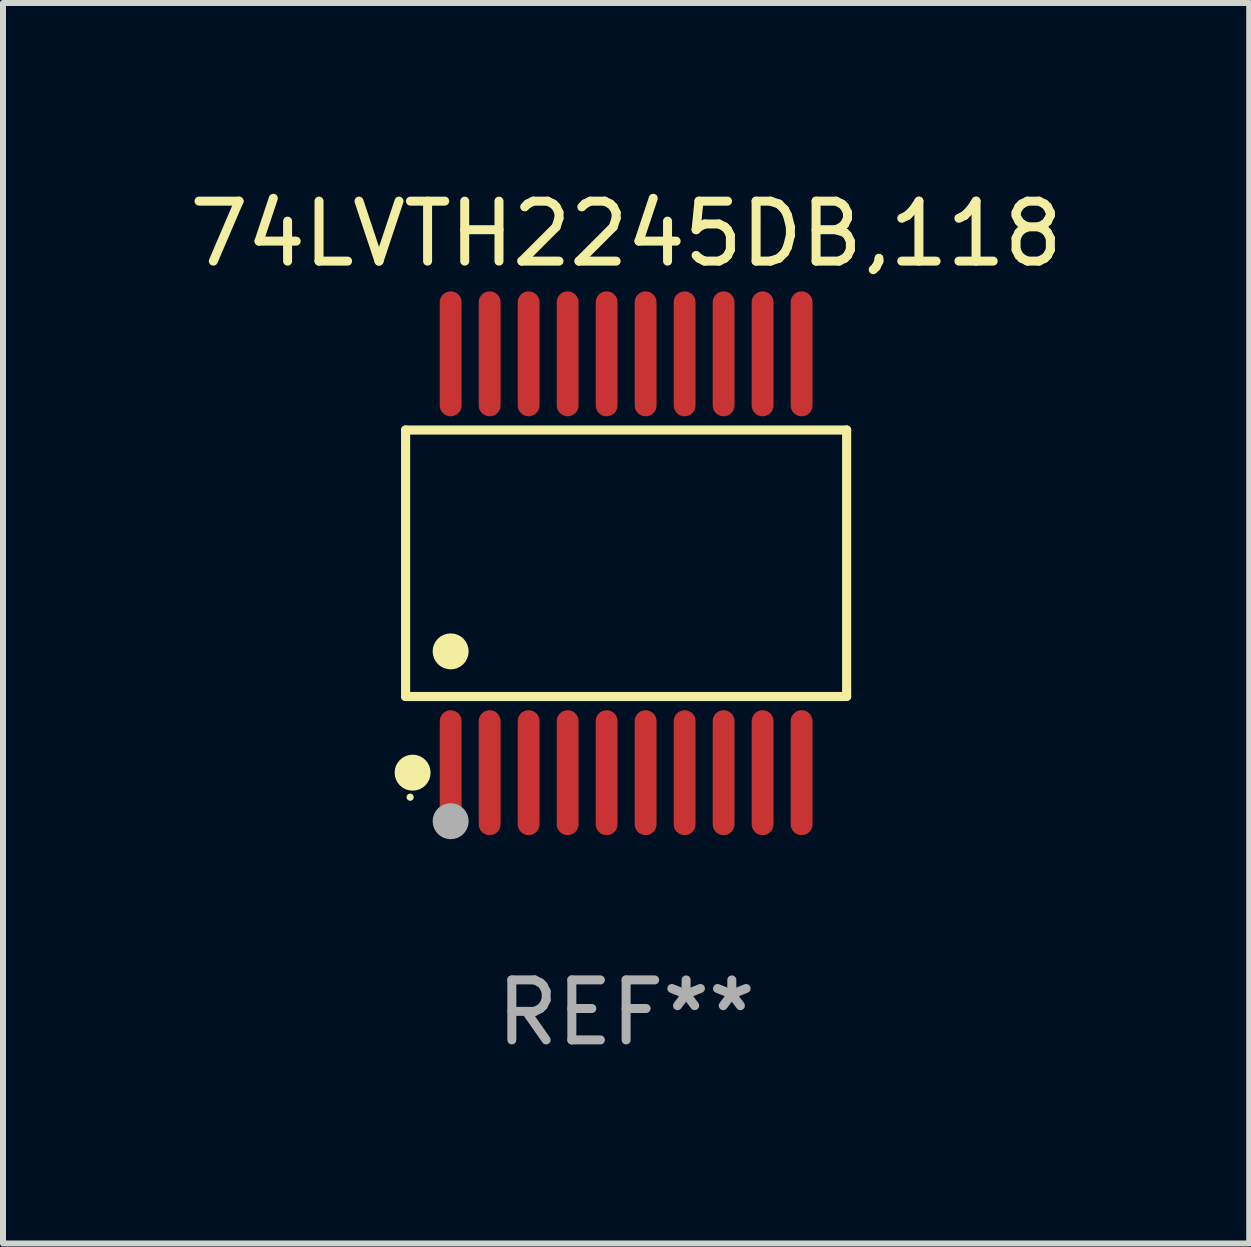
<source format=kicad_pcb>
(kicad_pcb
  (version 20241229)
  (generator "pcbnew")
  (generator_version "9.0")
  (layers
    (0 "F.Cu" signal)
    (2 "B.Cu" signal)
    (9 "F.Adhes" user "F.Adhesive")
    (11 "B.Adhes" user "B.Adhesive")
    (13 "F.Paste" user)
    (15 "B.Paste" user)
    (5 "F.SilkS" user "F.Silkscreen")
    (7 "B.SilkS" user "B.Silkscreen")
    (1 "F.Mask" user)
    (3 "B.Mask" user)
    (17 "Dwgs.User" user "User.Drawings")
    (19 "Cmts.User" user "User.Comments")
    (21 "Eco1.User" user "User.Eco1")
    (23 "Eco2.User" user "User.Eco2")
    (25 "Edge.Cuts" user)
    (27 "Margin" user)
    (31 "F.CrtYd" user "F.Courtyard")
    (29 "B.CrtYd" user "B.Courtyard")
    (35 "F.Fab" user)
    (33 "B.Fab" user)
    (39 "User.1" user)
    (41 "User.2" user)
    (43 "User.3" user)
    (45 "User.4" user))
  (footprint "74LVTH2245DB,118"
    (layer "F.Cu")
    (at 7.387 6.339)
    (property "Reference" "74LVTH2245DB,118" (at 0 -5.491 0) (layer "F.SilkS") (effects (font (size 1 1) (thickness 0.15))))
    (attr through_hole)
    (fp_line (start -3.676 -2.221) (end 3.676 -2.221) (stroke (width 0.152) (type solid)) (layer "F.SilkS"))
    (fp_line (start -3.676 2.221) (end -3.676 -2.221) (stroke (width 0.152) (type solid)) (layer "F.SilkS"))
    (fp_line (start 3.676 -2.221) (end 3.676 2.221) (stroke (width 0.152) (type solid)) (layer "F.SilkS"))
    (fp_line (start 3.676 2.221) (end -3.676 2.221) (stroke (width 0.152) (type solid)) (layer "F.SilkS"))
    (fp_circle (center -3.6 3.9) (end -3.57 3.9) (stroke (width 0.06) (type solid)) (fill no) (layer "F.SilkS"))
    (fp_circle (center -3.559 3.491) (end -3.409 3.491) (stroke (width 0.3) (type solid)) (fill no) (layer "F.SilkS"))
    (fp_circle (center -2.925 1.469) (end -2.775 1.469) (stroke (width 0.3) (type solid)) (fill no) (layer "F.SilkS"))
    (fp_circle (center -2.925 4.3) (end -2.775 4.3) (stroke (width 0.3) (type solid)) (fill no) (layer "F.Fab"))
    (fp_text user "REF**" (at 0 7.491 0) (layer "F.Fab") (effects (font (size 1 1) (thickness 0.15))))
    (pad "1" smd oval (at -2.925 3.491) (size 0.364 2.082) (layers "F.Cu" "F.Mask" "F.Paste"))
    (pad "2" smd oval (at -2.275 3.491) (size 0.364 2.082) (layers "F.Cu" "F.Mask" "F.Paste"))
    (pad "3" smd oval (at -1.625 3.491) (size 0.364 2.082) (layers "F.Cu" "F.Mask" "F.Paste"))
    (pad "4" smd oval (at -0.975 3.491) (size 0.364 2.082) (layers "F.Cu" "F.Mask" "F.Paste"))
    (pad "5" smd oval (at -0.325 3.491) (size 0.364 2.082) (layers "F.Cu" "F.Mask" "F.Paste"))
    (pad "6" smd oval (at 0.325 3.491) (size 0.364 2.082) (layers "F.Cu" "F.Mask" "F.Paste"))
    (pad "7" smd oval (at 0.975 3.491) (size 0.364 2.082) (layers "F.Cu" "F.Mask" "F.Paste"))
    (pad "8" smd oval (at 1.625 3.491) (size 0.364 2.082) (layers "F.Cu" "F.Mask" "F.Paste"))
    (pad "9" smd oval (at 2.275 3.491) (size 0.364 2.082) (layers "F.Cu" "F.Mask" "F.Paste"))
    (pad "10" smd oval (at 2.925 3.491) (size 0.364 2.082) (layers "F.Cu" "F.Mask" "F.Paste"))
    (pad "11" smd oval (at 2.925 -3.491) (size 0.364 2.082) (layers "F.Cu" "F.Mask" "F.Paste"))
    (pad "12" smd oval (at 2.275 -3.491) (size 0.364 2.082) (layers "F.Cu" "F.Mask" "F.Paste"))
    (pad "13" smd oval (at 1.625 -3.491) (size 0.364 2.082) (layers "F.Cu" "F.Mask" "F.Paste"))
    (pad "14" smd oval (at 0.975 -3.491) (size 0.364 2.082) (layers "F.Cu" "F.Mask" "F.Paste"))
    (pad "15" smd oval (at 0.325 -3.491) (size 0.364 2.082) (layers "F.Cu" "F.Mask" "F.Paste"))
    (pad "16" smd oval (at -0.325 -3.491) (size 0.364 2.082) (layers "F.Cu" "F.Mask" "F.Paste"))
    (pad "17" smd oval (at -0.975 -3.491) (size 0.364 2.082) (layers "F.Cu" "F.Mask" "F.Paste"))
    (pad "18" smd oval (at -1.625 -3.491) (size 0.364 2.082) (layers "F.Cu" "F.Mask" "F.Paste"))
    (pad "19" smd oval (at -2.275 -3.491) (size 0.364 2.082) (layers "F.Cu" "F.Mask" "F.Paste"))
    (pad "20" smd oval (at -2.925 -3.491) (size 0.364 2.082) (layers "F.Cu" "F.Mask" "F.Paste")))
  (gr_rect
    (start -3 -3)
    (end 17.774 17.678)
    (stroke (width 0.1) (type default))
    (fill no)
    (layer "Edge.Cuts")))
</source>
